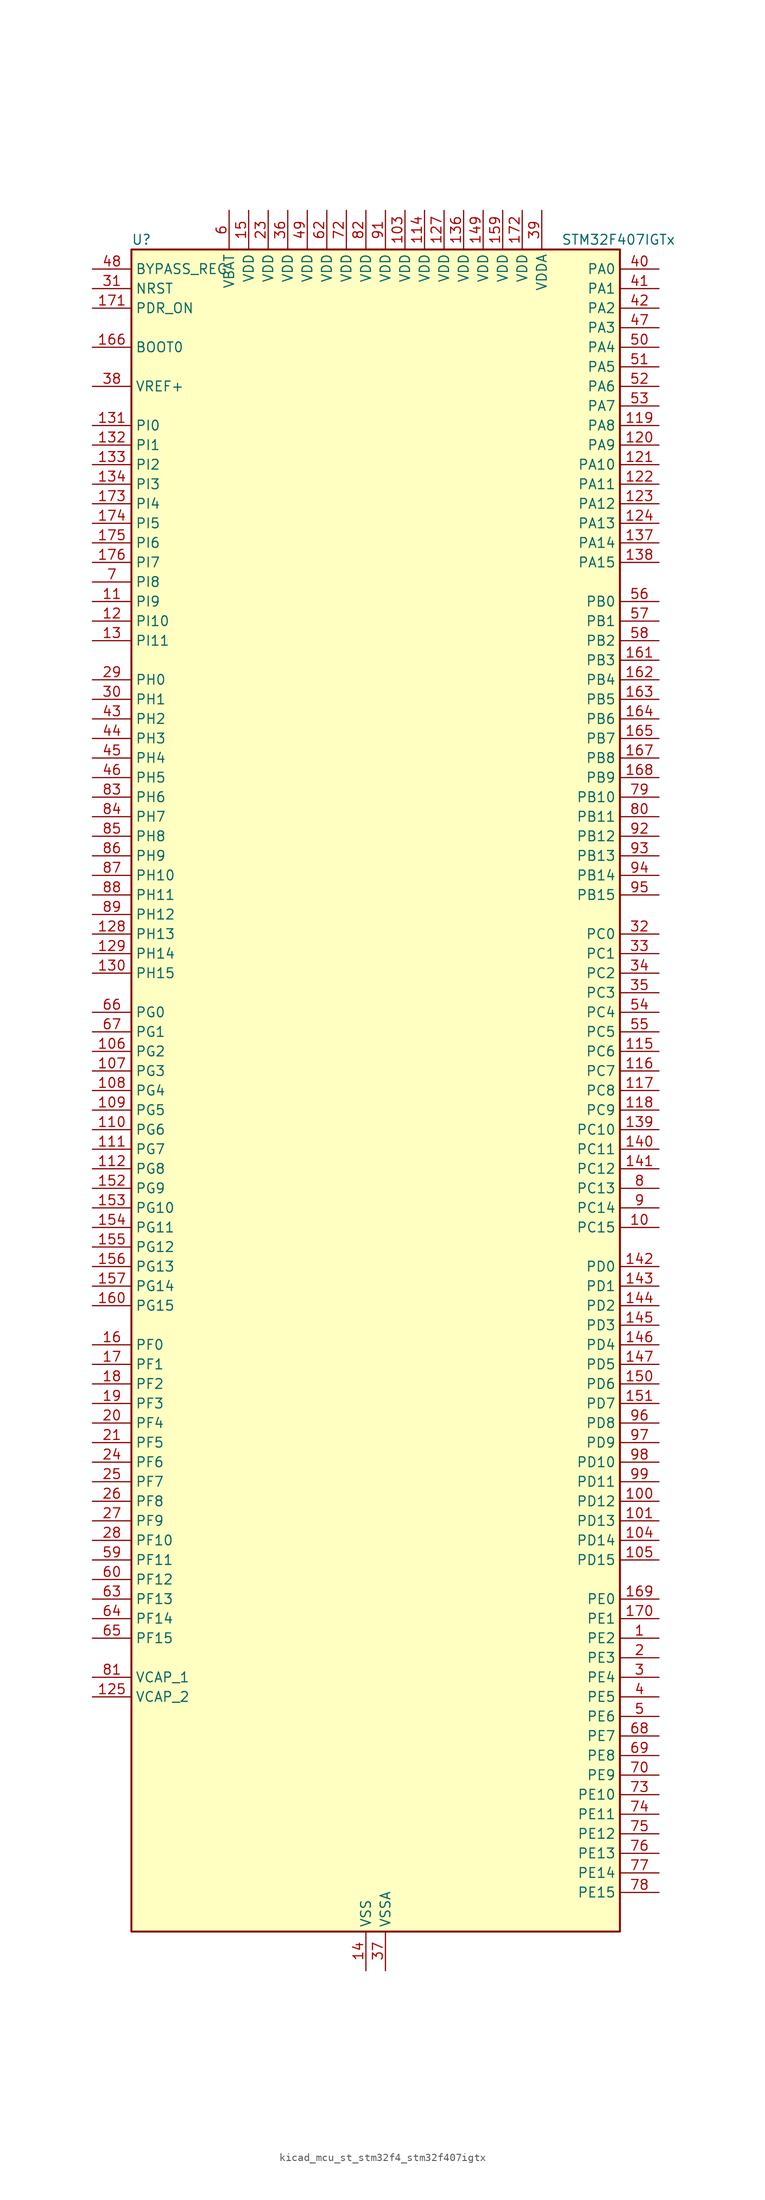
<source format=kicad_sym>
(kicad_symbol_lib
  (version 20220914)
  (generator kicad_symbol_editor)
  (symbol "kicad_mcu_st_stm32f4_stm32f407igtx"
    (property "Reference" "U"
      (at -30.48 110.49 0)
      (effects (font (size 1.27 1.27)) (justify left)))
    (property "Value" "STM32F407IGTx"
      (at 25.4 110.49 0)
      (effects (font (size 1.27 1.27)) (justify left)))
    (property "ki_locked" ""
      (at 0 0 0)
      (effects (font (size 1.27 1.27))))
    (symbol "kicad_mcu_st_stm32f4_stm32f407igtx_0_1"
      (rectangle (start -30.48 -109.22) (end 33.02 109.22) (stroke (width 0.254) (type default)) (fill (type background))))
    (symbol "kicad_mcu_st_stm32f4_stm32f407igtx_1_1"
      (pin bidirectional line (at 38.1 -71.12 180) (length 5.08) (name "PE2" (effects (font (size 1.27 1.27)))) (number "1" (effects (font (size 1.27 1.27)))) (alternate "ETH_TXD3" bidirectional line) (alternate "FSMC_A23" bidirectional line) (alternate "SYS_TRACECLK" bidirectional line))
      (pin bidirectional line (at 38.1 -17.78 180) (length 5.08) (name "PC15" (effects (font (size 1.27 1.27)))) (number "10" (effects (font (size 1.27 1.27)))) (alternate "ADC1_EXTI15" bidirectional line) (alternate "ADC2_EXTI15" bidirectional line) (alternate "ADC3_EXTI15" bidirectional line) (alternate "RCC_OSC32_OUT" bidirectional line))
      (pin bidirectional line (at 38.1 -53.34 180) (length 5.08) (name "PD12" (effects (font (size 1.27 1.27)))) (number "100" (effects (font (size 1.27 1.27)))) (alternate "FSMC_A17" bidirectional line) (alternate "FSMC_ALE" bidirectional line) (alternate "TIM4_CH1" bidirectional line) (alternate "USART3_RTS" bidirectional line))
      (pin bidirectional line (at 38.1 -55.88 180) (length 5.08) (name "PD13" (effects (font (size 1.27 1.27)))) (number "101" (effects (font (size 1.27 1.27)))) (alternate "FSMC_A18" bidirectional line) (alternate "TIM4_CH2" bidirectional line))
      (pin passive line (at 0 -114.3 90) (length 5.08) hide (name "VSS" (effects (font (size 1.27 1.27)))) (number "102" (effects (font (size 1.27 1.27)))))
      (pin power_in line (at 5.08 114.3 270) (length 5.08) (name "VDD" (effects (font (size 1.27 1.27)))) (number "103" (effects (font (size 1.27 1.27)))))
      (pin bidirectional line (at 38.1 -58.42 180) (length 5.08) (name "PD14" (effects (font (size 1.27 1.27)))) (number "104" (effects (font (size 1.27 1.27)))) (alternate "FSMC_D0" bidirectional line) (alternate "FSMC_DA0" bidirectional line) (alternate "TIM4_CH3" bidirectional line))
      (pin bidirectional line (at 38.1 -60.96 180) (length 5.08) (name "PD15" (effects (font (size 1.27 1.27)))) (number "105" (effects (font (size 1.27 1.27)))) (alternate "ADC1_EXTI15" bidirectional line) (alternate "ADC2_EXTI15" bidirectional line) (alternate "ADC3_EXTI15" bidirectional line) (alternate "FSMC_D1" bidirectional line) (alternate "FSMC_DA1" bidirectional line) (alternate "TIM4_CH4" bidirectional line))
      (pin bidirectional line (at -35.56 5.08 0) (length 5.08) (name "PG2" (effects (font (size 1.27 1.27)))) (number "106" (effects (font (size 1.27 1.27)))) (alternate "FSMC_A12" bidirectional line))
      (pin bidirectional line (at -35.56 2.54 0) (length 5.08) (name "PG3" (effects (font (size 1.27 1.27)))) (number "107" (effects (font (size 1.27 1.27)))) (alternate "FSMC_A13" bidirectional line))
      (pin bidirectional line (at -35.56 0 0) (length 5.08) (name "PG4" (effects (font (size 1.27 1.27)))) (number "108" (effects (font (size 1.27 1.27)))) (alternate "FSMC_A14" bidirectional line))
      (pin bidirectional line (at -35.56 -2.54 0) (length 5.08) (name "PG5" (effects (font (size 1.27 1.27)))) (number "109" (effects (font (size 1.27 1.27)))) (alternate "FSMC_A15" bidirectional line))
      (pin bidirectional line (at -35.56 63.5 0) (length 5.08) (name "PI9" (effects (font (size 1.27 1.27)))) (number "11" (effects (font (size 1.27 1.27)))) (alternate "CAN1_RX" bidirectional line) (alternate "DAC_EXTI9" bidirectional line))
      (pin bidirectional line (at -35.56 -5.08 0) (length 5.08) (name "PG6" (effects (font (size 1.27 1.27)))) (number "110" (effects (font (size 1.27 1.27)))) (alternate "FSMC_INT2" bidirectional line))
      (pin bidirectional line (at -35.56 -7.62 0) (length 5.08) (name "PG7" (effects (font (size 1.27 1.27)))) (number "111" (effects (font (size 1.27 1.27)))) (alternate "FSMC_INT3" bidirectional line) (alternate "USART6_CK" bidirectional line))
      (pin bidirectional line (at -35.56 -10.16 0) (length 5.08) (name "PG8" (effects (font (size 1.27 1.27)))) (number "112" (effects (font (size 1.27 1.27)))) (alternate "ETH_PPS_OUT" bidirectional line) (alternate "USART6_RTS" bidirectional line))
      (pin passive line (at 0 -114.3 90) (length 5.08) hide (name "VSS" (effects (font (size 1.27 1.27)))) (number "113" (effects (font (size 1.27 1.27)))))
      (pin power_in line (at 7.62 114.3 270) (length 5.08) (name "VDD" (effects (font (size 1.27 1.27)))) (number "114" (effects (font (size 1.27 1.27)))))
      (pin bidirectional line (at 38.1 5.08 180) (length 5.08) (name "PC6" (effects (font (size 1.27 1.27)))) (number "115" (effects (font (size 1.27 1.27)))) (alternate "DCMI_D0" bidirectional line) (alternate "I2S2_MCK" bidirectional line) (alternate "SDIO_D6" bidirectional line) (alternate "TIM3_CH1" bidirectional line) (alternate "TIM8_CH1" bidirectional line) (alternate "USART6_TX" bidirectional line))
      (pin bidirectional line (at 38.1 2.54 180) (length 5.08) (name "PC7" (effects (font (size 1.27 1.27)))) (number "116" (effects (font (size 1.27 1.27)))) (alternate "DCMI_D1" bidirectional line) (alternate "I2S3_MCK" bidirectional line) (alternate "SDIO_D7" bidirectional line) (alternate "TIM3_CH2" bidirectional line) (alternate "TIM8_CH2" bidirectional line) (alternate "USART6_RX" bidirectional line))
      (pin bidirectional line (at 38.1 0 180) (length 5.08) (name "PC8" (effects (font (size 1.27 1.27)))) (number "117" (effects (font (size 1.27 1.27)))) (alternate "DCMI_D2" bidirectional line) (alternate "SDIO_D0" bidirectional line) (alternate "TIM3_CH3" bidirectional line) (alternate "TIM8_CH3" bidirectional line) (alternate "USART6_CK" bidirectional line))
      (pin bidirectional line (at 38.1 -2.54 180) (length 5.08) (name "PC9" (effects (font (size 1.27 1.27)))) (number "118" (effects (font (size 1.27 1.27)))) (alternate "DAC_EXTI9" bidirectional line) (alternate "DCMI_D3" bidirectional line) (alternate "I2C3_SDA" bidirectional line) (alternate "I2S_CKIN" bidirectional line) (alternate "RCC_MCO_2" bidirectional line) (alternate "SDIO_D1" bidirectional line) (alternate "TIM3_CH4" bidirectional line) (alternate "TIM8_CH4" bidirectional line))
      (pin bidirectional line (at 38.1 86.36 180) (length 5.08) (name "PA8" (effects (font (size 1.27 1.27)))) (number "119" (effects (font (size 1.27 1.27)))) (alternate "I2C3_SCL" bidirectional line) (alternate "RCC_MCO_1" bidirectional line) (alternate "TIM1_CH1" bidirectional line) (alternate "USART1_CK" bidirectional line) (alternate "USB_OTG_FS_SOF" bidirectional line))
      (pin bidirectional line (at -35.56 60.96 0) (length 5.08) (name "PI10" (effects (font (size 1.27 1.27)))) (number "12" (effects (font (size 1.27 1.27)))) (alternate "ETH_RX_ER" bidirectional line))
      (pin bidirectional line (at 38.1 83.82 180) (length 5.08) (name "PA9" (effects (font (size 1.27 1.27)))) (number "120" (effects (font (size 1.27 1.27)))) (alternate "DAC_EXTI9" bidirectional line) (alternate "DCMI_D0" bidirectional line) (alternate "I2C3_SMBA" bidirectional line) (alternate "TIM1_CH2" bidirectional line) (alternate "USART1_TX" bidirectional line) (alternate "USB_OTG_FS_VBUS" bidirectional line))
      (pin bidirectional line (at 38.1 81.28 180) (length 5.08) (name "PA10" (effects (font (size 1.27 1.27)))) (number "121" (effects (font (size 1.27 1.27)))) (alternate "DCMI_D1" bidirectional line) (alternate "TIM1_CH3" bidirectional line) (alternate "USART1_RX" bidirectional line) (alternate "USB_OTG_FS_ID" bidirectional line))
      (pin bidirectional line (at 38.1 78.74 180) (length 5.08) (name "PA11" (effects (font (size 1.27 1.27)))) (number "122" (effects (font (size 1.27 1.27)))) (alternate "ADC1_EXTI11" bidirectional line) (alternate "ADC2_EXTI11" bidirectional line) (alternate "ADC3_EXTI11" bidirectional line) (alternate "CAN1_RX" bidirectional line) (alternate "TIM1_CH4" bidirectional line) (alternate "USART1_CTS" bidirectional line) (alternate "USB_OTG_FS_DM" bidirectional line))
      (pin bidirectional line (at 38.1 76.2 180) (length 5.08) (name "PA12" (effects (font (size 1.27 1.27)))) (number "123" (effects (font (size 1.27 1.27)))) (alternate "CAN1_TX" bidirectional line) (alternate "TIM1_ETR" bidirectional line) (alternate "USART1_RTS" bidirectional line) (alternate "USB_OTG_FS_DP" bidirectional line))
      (pin bidirectional line (at 38.1 73.66 180) (length 5.08) (name "PA13" (effects (font (size 1.27 1.27)))) (number "124" (effects (font (size 1.27 1.27)))) (alternate "SYS_JTMS-SWDIO" bidirectional line))
      (pin power_out line (at -35.56 -78.74 0) (length 5.08) (name "VCAP_2" (effects (font (size 1.27 1.27)))) (number "125" (effects (font (size 1.27 1.27)))))
      (pin passive line (at 0 -114.3 90) (length 5.08) hide (name "VSS" (effects (font (size 1.27 1.27)))) (number "126" (effects (font (size 1.27 1.27)))))
      (pin power_in line (at 10.16 114.3 270) (length 5.08) (name "VDD" (effects (font (size 1.27 1.27)))) (number "127" (effects (font (size 1.27 1.27)))))
      (pin bidirectional line (at -35.56 20.32 0) (length 5.08) (name "PH13" (effects (font (size 1.27 1.27)))) (number "128" (effects (font (size 1.27 1.27)))) (alternate "CAN1_TX" bidirectional line) (alternate "TIM8_CH1N" bidirectional line))
      (pin bidirectional line (at -35.56 17.78 0) (length 5.08) (name "PH14" (effects (font (size 1.27 1.27)))) (number "129" (effects (font (size 1.27 1.27)))) (alternate "DCMI_D4" bidirectional line) (alternate "TIM8_CH2N" bidirectional line))
      (pin bidirectional line (at -35.56 58.42 0) (length 5.08) (name "PI11" (effects (font (size 1.27 1.27)))) (number "13" (effects (font (size 1.27 1.27)))) (alternate "ADC1_EXTI11" bidirectional line) (alternate "ADC2_EXTI11" bidirectional line) (alternate "ADC3_EXTI11" bidirectional line) (alternate "USB_OTG_HS_ULPI_DIR" bidirectional line))
      (pin bidirectional line (at -35.56 15.24 0) (length 5.08) (name "PH15" (effects (font (size 1.27 1.27)))) (number "130" (effects (font (size 1.27 1.27)))) (alternate "ADC1_EXTI15" bidirectional line) (alternate "ADC2_EXTI15" bidirectional line) (alternate "ADC3_EXTI15" bidirectional line) (alternate "DCMI_D11" bidirectional line) (alternate "TIM8_CH3N" bidirectional line))
      (pin bidirectional line (at -35.56 86.36 0) (length 5.08) (name "PI0" (effects (font (size 1.27 1.27)))) (number "131" (effects (font (size 1.27 1.27)))) (alternate "DCMI_D13" bidirectional line) (alternate "I2S2_WS" bidirectional line) (alternate "SPI2_NSS" bidirectional line) (alternate "TIM5_CH4" bidirectional line))
      (pin bidirectional line (at -35.56 83.82 0) (length 5.08) (name "PI1" (effects (font (size 1.27 1.27)))) (number "132" (effects (font (size 1.27 1.27)))) (alternate "DCMI_D8" bidirectional line) (alternate "I2S2_CK" bidirectional line) (alternate "SPI2_SCK" bidirectional line))
      (pin bidirectional line (at -35.56 81.28 0) (length 5.08) (name "PI2" (effects (font (size 1.27 1.27)))) (number "133" (effects (font (size 1.27 1.27)))) (alternate "DCMI_D9" bidirectional line) (alternate "I2S2_ext_SD" bidirectional line) (alternate "SPI2_MISO" bidirectional line) (alternate "TIM8_CH4" bidirectional line))
      (pin bidirectional line (at -35.56 78.74 0) (length 5.08) (name "PI3" (effects (font (size 1.27 1.27)))) (number "134" (effects (font (size 1.27 1.27)))) (alternate "DCMI_D10" bidirectional line) (alternate "I2S2_SD" bidirectional line) (alternate "SPI2_MOSI" bidirectional line) (alternate "TIM8_ETR" bidirectional line))
      (pin passive line (at 0 -114.3 90) (length 5.08) hide (name "VSS" (effects (font (size 1.27 1.27)))) (number "135" (effects (font (size 1.27 1.27)))))
      (pin power_in line (at 12.7 114.3 270) (length 5.08) (name "VDD" (effects (font (size 1.27 1.27)))) (number "136" (effects (font (size 1.27 1.27)))))
      (pin bidirectional line (at 38.1 71.12 180) (length 5.08) (name "PA14" (effects (font (size 1.27 1.27)))) (number "137" (effects (font (size 1.27 1.27)))) (alternate "SYS_JTCK-SWCLK" bidirectional line))
      (pin bidirectional line (at 38.1 68.58 180) (length 5.08) (name "PA15" (effects (font (size 1.27 1.27)))) (number "138" (effects (font (size 1.27 1.27)))) (alternate "ADC1_EXTI15" bidirectional line) (alternate "ADC2_EXTI15" bidirectional line) (alternate "ADC3_EXTI15" bidirectional line) (alternate "I2S3_WS" bidirectional line) (alternate "SPI1_NSS" bidirectional line) (alternate "SPI3_NSS" bidirectional line) (alternate "SYS_JTDI" bidirectional line) (alternate "TIM2_CH1" bidirectional line) (alternate "TIM2_ETR" bidirectional line))
      (pin bidirectional line (at 38.1 -5.08 180) (length 5.08) (name "PC10" (effects (font (size 1.27 1.27)))) (number "139" (effects (font (size 1.27 1.27)))) (alternate "DCMI_D8" bidirectional line) (alternate "I2S3_CK" bidirectional line) (alternate "SDIO_D2" bidirectional line) (alternate "SPI3_SCK" bidirectional line) (alternate "UART4_TX" bidirectional line) (alternate "USART3_TX" bidirectional line))
      (pin power_in line (at 0 -114.3 90) (length 5.08) (name "VSS" (effects (font (size 1.27 1.27)))) (number "14" (effects (font (size 1.27 1.27)))))
      (pin bidirectional line (at 38.1 -7.62 180) (length 5.08) (name "PC11" (effects (font (size 1.27 1.27)))) (number "140" (effects (font (size 1.27 1.27)))) (alternate "ADC1_EXTI11" bidirectional line) (alternate "ADC2_EXTI11" bidirectional line) (alternate "ADC3_EXTI11" bidirectional line) (alternate "DCMI_D4" bidirectional line) (alternate "I2S3_ext_SD" bidirectional line) (alternate "SDIO_D3" bidirectional line) (alternate "SPI3_MISO" bidirectional line) (alternate "UART4_RX" bidirectional line) (alternate "USART3_RX" bidirectional line))
      (pin bidirectional line (at 38.1 -10.16 180) (length 5.08) (name "PC12" (effects (font (size 1.27 1.27)))) (number "141" (effects (font (size 1.27 1.27)))) (alternate "DCMI_D9" bidirectional line) (alternate "I2S3_SD" bidirectional line) (alternate "SDIO_CK" bidirectional line) (alternate "SPI3_MOSI" bidirectional line) (alternate "UART5_TX" bidirectional line) (alternate "USART3_CK" bidirectional line))
      (pin bidirectional line (at 38.1 -22.86 180) (length 5.08) (name "PD0" (effects (font (size 1.27 1.27)))) (number "142" (effects (font (size 1.27 1.27)))) (alternate "CAN1_RX" bidirectional line) (alternate "FSMC_D2" bidirectional line) (alternate "FSMC_DA2" bidirectional line))
      (pin bidirectional line (at 38.1 -25.4 180) (length 5.08) (name "PD1" (effects (font (size 1.27 1.27)))) (number "143" (effects (font (size 1.27 1.27)))) (alternate "CAN1_TX" bidirectional line) (alternate "FSMC_D3" bidirectional line) (alternate "FSMC_DA3" bidirectional line))
      (pin bidirectional line (at 38.1 -27.94 180) (length 5.08) (name "PD2" (effects (font (size 1.27 1.27)))) (number "144" (effects (font (size 1.27 1.27)))) (alternate "DCMI_D11" bidirectional line) (alternate "SDIO_CMD" bidirectional line) (alternate "TIM3_ETR" bidirectional line) (alternate "UART5_RX" bidirectional line))
      (pin bidirectional line (at 38.1 -30.48 180) (length 5.08) (name "PD3" (effects (font (size 1.27 1.27)))) (number "145" (effects (font (size 1.27 1.27)))) (alternate "FSMC_CLK" bidirectional line) (alternate "USART2_CTS" bidirectional line))
      (pin bidirectional line (at 38.1 -33.02 180) (length 5.08) (name "PD4" (effects (font (size 1.27 1.27)))) (number "146" (effects (font (size 1.27 1.27)))) (alternate "FSMC_NOE" bidirectional line) (alternate "USART2_RTS" bidirectional line))
      (pin bidirectional line (at 38.1 -35.56 180) (length 5.08) (name "PD5" (effects (font (size 1.27 1.27)))) (number "147" (effects (font (size 1.27 1.27)))) (alternate "FSMC_NWE" bidirectional line) (alternate "USART2_TX" bidirectional line))
      (pin passive line (at 0 -114.3 90) (length 5.08) hide (name "VSS" (effects (font (size 1.27 1.27)))) (number "148" (effects (font (size 1.27 1.27)))))
      (pin power_in line (at 15.24 114.3 270) (length 5.08) (name "VDD" (effects (font (size 1.27 1.27)))) (number "149" (effects (font (size 1.27 1.27)))))
      (pin power_in line (at -15.24 114.3 270) (length 5.08) (name "VDD" (effects (font (size 1.27 1.27)))) (number "15" (effects (font (size 1.27 1.27)))))
      (pin bidirectional line (at 38.1 -38.1 180) (length 5.08) (name "PD6" (effects (font (size 1.27 1.27)))) (number "150" (effects (font (size 1.27 1.27)))) (alternate "FSMC_NWAIT" bidirectional line) (alternate "USART2_RX" bidirectional line))
      (pin bidirectional line (at 38.1 -40.64 180) (length 5.08) (name "PD7" (effects (font (size 1.27 1.27)))) (number "151" (effects (font (size 1.27 1.27)))) (alternate "FSMC_NCE2" bidirectional line) (alternate "FSMC_NE1" bidirectional line) (alternate "USART2_CK" bidirectional line))
      (pin bidirectional line (at -35.56 -12.7 0) (length 5.08) (name "PG9" (effects (font (size 1.27 1.27)))) (number "152" (effects (font (size 1.27 1.27)))) (alternate "DAC_EXTI9" bidirectional line) (alternate "FSMC_NCE3" bidirectional line) (alternate "FSMC_NE2" bidirectional line) (alternate "USART6_RX" bidirectional line))
      (pin bidirectional line (at -35.56 -15.24 0) (length 5.08) (name "PG10" (effects (font (size 1.27 1.27)))) (number "153" (effects (font (size 1.27 1.27)))) (alternate "FSMC_NCE4_1" bidirectional line) (alternate "FSMC_NE3" bidirectional line))
      (pin bidirectional line (at -35.56 -17.78 0) (length 5.08) (name "PG11" (effects (font (size 1.27 1.27)))) (number "154" (effects (font (size 1.27 1.27)))) (alternate "ADC1_EXTI11" bidirectional line) (alternate "ADC2_EXTI11" bidirectional line) (alternate "ADC3_EXTI11" bidirectional line) (alternate "ETH_TX_EN" bidirectional line) (alternate "FSMC_NCE4_2" bidirectional line))
      (pin bidirectional line (at -35.56 -20.32 0) (length 5.08) (name "PG12" (effects (font (size 1.27 1.27)))) (number "155" (effects (font (size 1.27 1.27)))) (alternate "FSMC_NE4" bidirectional line) (alternate "USART6_RTS" bidirectional line))
      (pin bidirectional line (at -35.56 -22.86 0) (length 5.08) (name "PG13" (effects (font (size 1.27 1.27)))) (number "156" (effects (font (size 1.27 1.27)))) (alternate "ETH_TXD0" bidirectional line) (alternate "FSMC_A24" bidirectional line) (alternate "USART6_CTS" bidirectional line))
      (pin bidirectional line (at -35.56 -25.4 0) (length 5.08) (name "PG14" (effects (font (size 1.27 1.27)))) (number "157" (effects (font (size 1.27 1.27)))) (alternate "ETH_TXD1" bidirectional line) (alternate "FSMC_A25" bidirectional line) (alternate "USART6_TX" bidirectional line))
      (pin passive line (at 0 -114.3 90) (length 5.08) hide (name "VSS" (effects (font (size 1.27 1.27)))) (number "158" (effects (font (size 1.27 1.27)))))
      (pin power_in line (at 17.78 114.3 270) (length 5.08) (name "VDD" (effects (font (size 1.27 1.27)))) (number "159" (effects (font (size 1.27 1.27)))))
      (pin bidirectional line (at -35.56 -33.02 0) (length 5.08) (name "PF0" (effects (font (size 1.27 1.27)))) (number "16" (effects (font (size 1.27 1.27)))) (alternate "FSMC_A0" bidirectional line) (alternate "I2C2_SDA" bidirectional line))
      (pin bidirectional line (at -35.56 -27.94 0) (length 5.08) (name "PG15" (effects (font (size 1.27 1.27)))) (number "160" (effects (font (size 1.27 1.27)))) (alternate "ADC1_EXTI15" bidirectional line) (alternate "ADC2_EXTI15" bidirectional line) (alternate "ADC3_EXTI15" bidirectional line) (alternate "DCMI_D13" bidirectional line) (alternate "USART6_CTS" bidirectional line))
      (pin bidirectional line (at 38.1 55.88 180) (length 5.08) (name "PB3" (effects (font (size 1.27 1.27)))) (number "161" (effects (font (size 1.27 1.27)))) (alternate "I2S3_CK" bidirectional line) (alternate "SPI1_SCK" bidirectional line) (alternate "SPI3_SCK" bidirectional line) (alternate "SYS_JTDO-SWO" bidirectional line) (alternate "TIM2_CH2" bidirectional line))
      (pin bidirectional line (at 38.1 53.34 180) (length 5.08) (name "PB4" (effects (font (size 1.27 1.27)))) (number "162" (effects (font (size 1.27 1.27)))) (alternate "I2S3_ext_SD" bidirectional line) (alternate "SPI1_MISO" bidirectional line) (alternate "SPI3_MISO" bidirectional line) (alternate "SYS_JTRST" bidirectional line) (alternate "TIM3_CH1" bidirectional line))
      (pin bidirectional line (at 38.1 50.8 180) (length 5.08) (name "PB5" (effects (font (size 1.27 1.27)))) (number "163" (effects (font (size 1.27 1.27)))) (alternate "CAN2_RX" bidirectional line) (alternate "DCMI_D10" bidirectional line) (alternate "ETH_PPS_OUT" bidirectional line) (alternate "I2C1_SMBA" bidirectional line) (alternate "I2S3_SD" bidirectional line) (alternate "SPI1_MOSI" bidirectional line) (alternate "SPI3_MOSI" bidirectional line) (alternate "TIM3_CH2" bidirectional line) (alternate "USB_OTG_HS_ULPI_D7" bidirectional line))
      (pin bidirectional line (at 38.1 48.26 180) (length 5.08) (name "PB6" (effects (font (size 1.27 1.27)))) (number "164" (effects (font (size 1.27 1.27)))) (alternate "CAN2_TX" bidirectional line) (alternate "DCMI_D5" bidirectional line) (alternate "I2C1_SCL" bidirectional line) (alternate "TIM4_CH1" bidirectional line) (alternate "USART1_TX" bidirectional line))
      (pin bidirectional line (at 38.1 45.72 180) (length 5.08) (name "PB7" (effects (font (size 1.27 1.27)))) (number "165" (effects (font (size 1.27 1.27)))) (alternate "DCMI_VSYNC" bidirectional line) (alternate "FSMC_NL" bidirectional line) (alternate "I2C1_SDA" bidirectional line) (alternate "TIM4_CH2" bidirectional line) (alternate "USART1_RX" bidirectional line))
      (pin input line (at -35.56 96.52 0) (length 5.08) (name "BOOT0" (effects (font (size 1.27 1.27)))) (number "166" (effects (font (size 1.27 1.27)))))
      (pin bidirectional line (at 38.1 43.18 180) (length 5.08) (name "PB8" (effects (font (size 1.27 1.27)))) (number "167" (effects (font (size 1.27 1.27)))) (alternate "CAN1_RX" bidirectional line) (alternate "DCMI_D6" bidirectional line) (alternate "ETH_TXD3" bidirectional line) (alternate "I2C1_SCL" bidirectional line) (alternate "SDIO_D4" bidirectional line) (alternate "TIM10_CH1" bidirectional line) (alternate "TIM4_CH3" bidirectional line))
      (pin bidirectional line (at 38.1 40.64 180) (length 5.08) (name "PB9" (effects (font (size 1.27 1.27)))) (number "168" (effects (font (size 1.27 1.27)))) (alternate "CAN1_TX" bidirectional line) (alternate "DAC_EXTI9" bidirectional line) (alternate "DCMI_D7" bidirectional line) (alternate "I2C1_SDA" bidirectional line) (alternate "I2S2_WS" bidirectional line) (alternate "SDIO_D5" bidirectional line) (alternate "SPI2_NSS" bidirectional line) (alternate "TIM11_CH1" bidirectional line) (alternate "TIM4_CH4" bidirectional line))
      (pin bidirectional line (at 38.1 -66.04 180) (length 5.08) (name "PE0" (effects (font (size 1.27 1.27)))) (number "169" (effects (font (size 1.27 1.27)))) (alternate "DCMI_D2" bidirectional line) (alternate "FSMC_NBL0" bidirectional line) (alternate "TIM4_ETR" bidirectional line))
      (pin bidirectional line (at -35.56 -35.56 0) (length 5.08) (name "PF1" (effects (font (size 1.27 1.27)))) (number "17" (effects (font (size 1.27 1.27)))) (alternate "FSMC_A1" bidirectional line) (alternate "I2C2_SCL" bidirectional line))
      (pin bidirectional line (at 38.1 -68.58 180) (length 5.08) (name "PE1" (effects (font (size 1.27 1.27)))) (number "170" (effects (font (size 1.27 1.27)))) (alternate "DCMI_D3" bidirectional line) (alternate "FSMC_NBL1" bidirectional line))
      (pin input line (at -35.56 101.6 0) (length 5.08) (name "PDR_ON" (effects (font (size 1.27 1.27)))) (number "171" (effects (font (size 1.27 1.27)))))
      (pin power_in line (at 20.32 114.3 270) (length 5.08) (name "VDD" (effects (font (size 1.27 1.27)))) (number "172" (effects (font (size 1.27 1.27)))))
      (pin bidirectional line (at -35.56 76.2 0) (length 5.08) (name "PI4" (effects (font (size 1.27 1.27)))) (number "173" (effects (font (size 1.27 1.27)))) (alternate "DCMI_D5" bidirectional line) (alternate "TIM8_BKIN" bidirectional line))
      (pin bidirectional line (at -35.56 73.66 0) (length 5.08) (name "PI5" (effects (font (size 1.27 1.27)))) (number "174" (effects (font (size 1.27 1.27)))) (alternate "DCMI_VSYNC" bidirectional line) (alternate "TIM8_CH1" bidirectional line))
      (pin bidirectional line (at -35.56 71.12 0) (length 5.08) (name "PI6" (effects (font (size 1.27 1.27)))) (number "175" (effects (font (size 1.27 1.27)))) (alternate "DCMI_D6" bidirectional line) (alternate "TIM8_CH2" bidirectional line))
      (pin bidirectional line (at -35.56 68.58 0) (length 5.08) (name "PI7" (effects (font (size 1.27 1.27)))) (number "176" (effects (font (size 1.27 1.27)))) (alternate "DCMI_D7" bidirectional line) (alternate "TIM8_CH3" bidirectional line))
      (pin bidirectional line (at -35.56 -38.1 0) (length 5.08) (name "PF2" (effects (font (size 1.27 1.27)))) (number "18" (effects (font (size 1.27 1.27)))) (alternate "FSMC_A2" bidirectional line) (alternate "I2C2_SMBA" bidirectional line))
      (pin bidirectional line (at -35.56 -40.64 0) (length 5.08) (name "PF3" (effects (font (size 1.27 1.27)))) (number "19" (effects (font (size 1.27 1.27)))) (alternate "ADC3_IN9" bidirectional line) (alternate "FSMC_A3" bidirectional line))
      (pin bidirectional line (at 38.1 -73.66 180) (length 5.08) (name "PE3" (effects (font (size 1.27 1.27)))) (number "2" (effects (font (size 1.27 1.27)))) (alternate "FSMC_A19" bidirectional line) (alternate "SYS_TRACED0" bidirectional line))
      (pin bidirectional line (at -35.56 -43.18 0) (length 5.08) (name "PF4" (effects (font (size 1.27 1.27)))) (number "20" (effects (font (size 1.27 1.27)))) (alternate "ADC3_IN14" bidirectional line) (alternate "FSMC_A4" bidirectional line))
      (pin bidirectional line (at -35.56 -45.72 0) (length 5.08) (name "PF5" (effects (font (size 1.27 1.27)))) (number "21" (effects (font (size 1.27 1.27)))) (alternate "ADC3_IN15" bidirectional line) (alternate "FSMC_A5" bidirectional line))
      (pin passive line (at 0 -114.3 90) (length 5.08) hide (name "VSS" (effects (font (size 1.27 1.27)))) (number "22" (effects (font (size 1.27 1.27)))))
      (pin power_in line (at -12.7 114.3 270) (length 5.08) (name "VDD" (effects (font (size 1.27 1.27)))) (number "23" (effects (font (size 1.27 1.27)))))
      (pin bidirectional line (at -35.56 -48.26 0) (length 5.08) (name "PF6" (effects (font (size 1.27 1.27)))) (number "24" (effects (font (size 1.27 1.27)))) (alternate "ADC3_IN4" bidirectional line) (alternate "FSMC_NIORD" bidirectional line) (alternate "TIM10_CH1" bidirectional line))
      (pin bidirectional line (at -35.56 -50.8 0) (length 5.08) (name "PF7" (effects (font (size 1.27 1.27)))) (number "25" (effects (font (size 1.27 1.27)))) (alternate "ADC3_IN5" bidirectional line) (alternate "FSMC_NREG" bidirectional line) (alternate "TIM11_CH1" bidirectional line))
      (pin bidirectional line (at -35.56 -53.34 0) (length 5.08) (name "PF8" (effects (font (size 1.27 1.27)))) (number "26" (effects (font (size 1.27 1.27)))) (alternate "ADC3_IN6" bidirectional line) (alternate "FSMC_NIOWR" bidirectional line) (alternate "TIM13_CH1" bidirectional line))
      (pin bidirectional line (at -35.56 -55.88 0) (length 5.08) (name "PF9" (effects (font (size 1.27 1.27)))) (number "27" (effects (font (size 1.27 1.27)))) (alternate "ADC3_IN7" bidirectional line) (alternate "DAC_EXTI9" bidirectional line) (alternate "FSMC_CD" bidirectional line) (alternate "TIM14_CH1" bidirectional line))
      (pin bidirectional line (at -35.56 -58.42 0) (length 5.08) (name "PF10" (effects (font (size 1.27 1.27)))) (number "28" (effects (font (size 1.27 1.27)))) (alternate "ADC3_IN8" bidirectional line) (alternate "FSMC_INTR" bidirectional line))
      (pin bidirectional line (at -35.56 53.34 0) (length 5.08) (name "PH0" (effects (font (size 1.27 1.27)))) (number "29" (effects (font (size 1.27 1.27)))) (alternate "RCC_OSC_IN" bidirectional line))
      (pin bidirectional line (at 38.1 -76.2 180) (length 5.08) (name "PE4" (effects (font (size 1.27 1.27)))) (number "3" (effects (font (size 1.27 1.27)))) (alternate "DCMI_D4" bidirectional line) (alternate "FSMC_A20" bidirectional line) (alternate "SYS_TRACED1" bidirectional line))
      (pin bidirectional line (at -35.56 50.8 0) (length 5.08) (name "PH1" (effects (font (size 1.27 1.27)))) (number "30" (effects (font (size 1.27 1.27)))) (alternate "RCC_OSC_OUT" bidirectional line))
      (pin input line (at -35.56 104.14 0) (length 5.08) (name "NRST" (effects (font (size 1.27 1.27)))) (number "31" (effects (font (size 1.27 1.27)))))
      (pin bidirectional line (at 38.1 20.32 180) (length 5.08) (name "PC0" (effects (font (size 1.27 1.27)))) (number "32" (effects (font (size 1.27 1.27)))) (alternate "ADC1_IN10" bidirectional line) (alternate "ADC2_IN10" bidirectional line) (alternate "ADC3_IN10" bidirectional line) (alternate "USB_OTG_HS_ULPI_STP" bidirectional line))
      (pin bidirectional line (at 38.1 17.78 180) (length 5.08) (name "PC1" (effects (font (size 1.27 1.27)))) (number "33" (effects (font (size 1.27 1.27)))) (alternate "ADC1_IN11" bidirectional line) (alternate "ADC2_IN11" bidirectional line) (alternate "ADC3_IN11" bidirectional line) (alternate "ETH_MDC" bidirectional line))
      (pin bidirectional line (at 38.1 15.24 180) (length 5.08) (name "PC2" (effects (font (size 1.27 1.27)))) (number "34" (effects (font (size 1.27 1.27)))) (alternate "ADC1_IN12" bidirectional line) (alternate "ADC2_IN12" bidirectional line) (alternate "ADC3_IN12" bidirectional line) (alternate "ETH_TXD2" bidirectional line) (alternate "I2S2_ext_SD" bidirectional line) (alternate "SPI2_MISO" bidirectional line) (alternate "USB_OTG_HS_ULPI_DIR" bidirectional line))
      (pin bidirectional line (at 38.1 12.7 180) (length 5.08) (name "PC3" (effects (font (size 1.27 1.27)))) (number "35" (effects (font (size 1.27 1.27)))) (alternate "ADC1_IN13" bidirectional line) (alternate "ADC2_IN13" bidirectional line) (alternate "ADC3_IN13" bidirectional line) (alternate "ETH_TX_CLK" bidirectional line) (alternate "I2S2_SD" bidirectional line) (alternate "SPI2_MOSI" bidirectional line) (alternate "USB_OTG_HS_ULPI_NXT" bidirectional line))
      (pin power_in line (at -10.16 114.3 270) (length 5.08) (name "VDD" (effects (font (size 1.27 1.27)))) (number "36" (effects (font (size 1.27 1.27)))))
      (pin power_in line (at 2.54 -114.3 90) (length 5.08) (name "VSSA" (effects (font (size 1.27 1.27)))) (number "37" (effects (font (size 1.27 1.27)))))
      (pin input line (at -35.56 91.44 0) (length 5.08) (name "VREF+" (effects (font (size 1.27 1.27)))) (number "38" (effects (font (size 1.27 1.27)))))
      (pin power_in line (at 22.86 114.3 270) (length 5.08) (name "VDDA" (effects (font (size 1.27 1.27)))) (number "39" (effects (font (size 1.27 1.27)))))
      (pin bidirectional line (at 38.1 -78.74 180) (length 5.08) (name "PE5" (effects (font (size 1.27 1.27)))) (number "4" (effects (font (size 1.27 1.27)))) (alternate "DCMI_D6" bidirectional line) (alternate "FSMC_A21" bidirectional line) (alternate "SYS_TRACED2" bidirectional line) (alternate "TIM9_CH1" bidirectional line))
      (pin bidirectional line (at 38.1 106.68 180) (length 5.08) (name "PA0" (effects (font (size 1.27 1.27)))) (number "40" (effects (font (size 1.27 1.27)))) (alternate "ADC1_IN0" bidirectional line) (alternate "ADC2_IN0" bidirectional line) (alternate "ADC3_IN0" bidirectional line) (alternate "ETH_CRS" bidirectional line) (alternate "SYS_WKUP" bidirectional line) (alternate "TIM2_CH1" bidirectional line) (alternate "TIM2_ETR" bidirectional line) (alternate "TIM5_CH1" bidirectional line) (alternate "TIM8_ETR" bidirectional line) (alternate "UART4_TX" bidirectional line) (alternate "USART2_CTS" bidirectional line))
      (pin bidirectional line (at 38.1 104.14 180) (length 5.08) (name "PA1" (effects (font (size 1.27 1.27)))) (number "41" (effects (font (size 1.27 1.27)))) (alternate "ADC1_IN1" bidirectional line) (alternate "ADC2_IN1" bidirectional line) (alternate "ADC3_IN1" bidirectional line) (alternate "ETH_REF_CLK" bidirectional line) (alternate "ETH_RX_CLK" bidirectional line) (alternate "TIM2_CH2" bidirectional line) (alternate "TIM5_CH2" bidirectional line) (alternate "UART4_RX" bidirectional line) (alternate "USART2_RTS" bidirectional line))
      (pin bidirectional line (at 38.1 101.6 180) (length 5.08) (name "PA2" (effects (font (size 1.27 1.27)))) (number "42" (effects (font (size 1.27 1.27)))) (alternate "ADC1_IN2" bidirectional line) (alternate "ADC2_IN2" bidirectional line) (alternate "ADC3_IN2" bidirectional line) (alternate "ETH_MDIO" bidirectional line) (alternate "TIM2_CH3" bidirectional line) (alternate "TIM5_CH3" bidirectional line) (alternate "TIM9_CH1" bidirectional line) (alternate "USART2_TX" bidirectional line))
      (pin bidirectional line (at -35.56 48.26 0) (length 5.08) (name "PH2" (effects (font (size 1.27 1.27)))) (number "43" (effects (font (size 1.27 1.27)))) (alternate "ETH_CRS" bidirectional line))
      (pin bidirectional line (at -35.56 45.72 0) (length 5.08) (name "PH3" (effects (font (size 1.27 1.27)))) (number "44" (effects (font (size 1.27 1.27)))) (alternate "ETH_COL" bidirectional line))
      (pin bidirectional line (at -35.56 43.18 0) (length 5.08) (name "PH4" (effects (font (size 1.27 1.27)))) (number "45" (effects (font (size 1.27 1.27)))) (alternate "I2C2_SCL" bidirectional line) (alternate "USB_OTG_HS_ULPI_NXT" bidirectional line))
      (pin bidirectional line (at -35.56 40.64 0) (length 5.08) (name "PH5" (effects (font (size 1.27 1.27)))) (number "46" (effects (font (size 1.27 1.27)))) (alternate "I2C2_SDA" bidirectional line))
      (pin bidirectional line (at 38.1 99.06 180) (length 5.08) (name "PA3" (effects (font (size 1.27 1.27)))) (number "47" (effects (font (size 1.27 1.27)))) (alternate "ADC1_IN3" bidirectional line) (alternate "ADC2_IN3" bidirectional line) (alternate "ADC3_IN3" bidirectional line) (alternate "ETH_COL" bidirectional line) (alternate "TIM2_CH4" bidirectional line) (alternate "TIM5_CH4" bidirectional line) (alternate "TIM9_CH2" bidirectional line) (alternate "USART2_RX" bidirectional line) (alternate "USB_OTG_HS_ULPI_D0" bidirectional line))
      (pin input line (at -35.56 106.68 0) (length 5.08) (name "BYPASS_REG" (effects (font (size 1.27 1.27)))) (number "48" (effects (font (size 1.27 1.27)))))
      (pin power_in line (at -7.62 114.3 270) (length 5.08) (name "VDD" (effects (font (size 1.27 1.27)))) (number "49" (effects (font (size 1.27 1.27)))))
      (pin bidirectional line (at 38.1 -81.28 180) (length 5.08) (name "PE6" (effects (font (size 1.27 1.27)))) (number "5" (effects (font (size 1.27 1.27)))) (alternate "DCMI_D7" bidirectional line) (alternate "FSMC_A22" bidirectional line) (alternate "SYS_TRACED3" bidirectional line) (alternate "TIM9_CH2" bidirectional line))
      (pin bidirectional line (at 38.1 96.52 180) (length 5.08) (name "PA4" (effects (font (size 1.27 1.27)))) (number "50" (effects (font (size 1.27 1.27)))) (alternate "ADC1_IN4" bidirectional line) (alternate "ADC2_IN4" bidirectional line) (alternate "DAC_OUT1" bidirectional line) (alternate "DCMI_HSYNC" bidirectional line) (alternate "I2S3_WS" bidirectional line) (alternate "SPI1_NSS" bidirectional line) (alternate "SPI3_NSS" bidirectional line) (alternate "USART2_CK" bidirectional line) (alternate "USB_OTG_HS_SOF" bidirectional line))
      (pin bidirectional line (at 38.1 93.98 180) (length 5.08) (name "PA5" (effects (font (size 1.27 1.27)))) (number "51" (effects (font (size 1.27 1.27)))) (alternate "ADC1_IN5" bidirectional line) (alternate "ADC2_IN5" bidirectional line) (alternate "DAC_OUT2" bidirectional line) (alternate "SPI1_SCK" bidirectional line) (alternate "TIM2_CH1" bidirectional line) (alternate "TIM2_ETR" bidirectional line) (alternate "TIM8_CH1N" bidirectional line) (alternate "USB_OTG_HS_ULPI_CK" bidirectional line))
      (pin bidirectional line (at 38.1 91.44 180) (length 5.08) (name "PA6" (effects (font (size 1.27 1.27)))) (number "52" (effects (font (size 1.27 1.27)))) (alternate "ADC1_IN6" bidirectional line) (alternate "ADC2_IN6" bidirectional line) (alternate "DCMI_PIXCLK" bidirectional line) (alternate "SPI1_MISO" bidirectional line) (alternate "TIM13_CH1" bidirectional line) (alternate "TIM1_BKIN" bidirectional line) (alternate "TIM3_CH1" bidirectional line) (alternate "TIM8_BKIN" bidirectional line))
      (pin bidirectional line (at 38.1 88.9 180) (length 5.08) (name "PA7" (effects (font (size 1.27 1.27)))) (number "53" (effects (font (size 1.27 1.27)))) (alternate "ADC1_IN7" bidirectional line) (alternate "ADC2_IN7" bidirectional line) (alternate "ETH_CRS_DV" bidirectional line) (alternate "ETH_RX_DV" bidirectional line) (alternate "SPI1_MOSI" bidirectional line) (alternate "TIM14_CH1" bidirectional line) (alternate "TIM1_CH1N" bidirectional line) (alternate "TIM3_CH2" bidirectional line) (alternate "TIM8_CH1N" bidirectional line))
      (pin bidirectional line (at 38.1 10.16 180) (length 5.08) (name "PC4" (effects (font (size 1.27 1.27)))) (number "54" (effects (font (size 1.27 1.27)))) (alternate "ADC1_IN14" bidirectional line) (alternate "ADC2_IN14" bidirectional line) (alternate "ETH_RXD0" bidirectional line))
      (pin bidirectional line (at 38.1 7.62 180) (length 5.08) (name "PC5" (effects (font (size 1.27 1.27)))) (number "55" (effects (font (size 1.27 1.27)))) (alternate "ADC1_IN15" bidirectional line) (alternate "ADC2_IN15" bidirectional line) (alternate "ETH_RXD1" bidirectional line))
      (pin bidirectional line (at 38.1 63.5 180) (length 5.08) (name "PB0" (effects (font (size 1.27 1.27)))) (number "56" (effects (font (size 1.27 1.27)))) (alternate "ADC1_IN8" bidirectional line) (alternate "ADC2_IN8" bidirectional line) (alternate "ETH_RXD2" bidirectional line) (alternate "TIM1_CH2N" bidirectional line) (alternate "TIM3_CH3" bidirectional line) (alternate "TIM8_CH2N" bidirectional line) (alternate "USB_OTG_HS_ULPI_D1" bidirectional line))
      (pin bidirectional line (at 38.1 60.96 180) (length 5.08) (name "PB1" (effects (font (size 1.27 1.27)))) (number "57" (effects (font (size 1.27 1.27)))) (alternate "ADC1_IN9" bidirectional line) (alternate "ADC2_IN9" bidirectional line) (alternate "ETH_RXD3" bidirectional line) (alternate "TIM1_CH3N" bidirectional line) (alternate "TIM3_CH4" bidirectional line) (alternate "TIM8_CH3N" bidirectional line) (alternate "USB_OTG_HS_ULPI_D2" bidirectional line))
      (pin bidirectional line (at 38.1 58.42 180) (length 5.08) (name "PB2" (effects (font (size 1.27 1.27)))) (number "58" (effects (font (size 1.27 1.27)))))
      (pin bidirectional line (at -35.56 -60.96 0) (length 5.08) (name "PF11" (effects (font (size 1.27 1.27)))) (number "59" (effects (font (size 1.27 1.27)))) (alternate "ADC1_EXTI11" bidirectional line) (alternate "ADC2_EXTI11" bidirectional line) (alternate "ADC3_EXTI11" bidirectional line) (alternate "DCMI_D12" bidirectional line))
      (pin power_in line (at -17.78 114.3 270) (length 5.08) (name "VBAT" (effects (font (size 1.27 1.27)))) (number "6" (effects (font (size 1.27 1.27)))))
      (pin bidirectional line (at -35.56 -63.5 0) (length 5.08) (name "PF12" (effects (font (size 1.27 1.27)))) (number "60" (effects (font (size 1.27 1.27)))) (alternate "FSMC_A6" bidirectional line))
      (pin passive line (at 0 -114.3 90) (length 5.08) hide (name "VSS" (effects (font (size 1.27 1.27)))) (number "61" (effects (font (size 1.27 1.27)))))
      (pin power_in line (at -5.08 114.3 270) (length 5.08) (name "VDD" (effects (font (size 1.27 1.27)))) (number "62" (effects (font (size 1.27 1.27)))))
      (pin bidirectional line (at -35.56 -66.04 0) (length 5.08) (name "PF13" (effects (font (size 1.27 1.27)))) (number "63" (effects (font (size 1.27 1.27)))) (alternate "FSMC_A7" bidirectional line))
      (pin bidirectional line (at -35.56 -68.58 0) (length 5.08) (name "PF14" (effects (font (size 1.27 1.27)))) (number "64" (effects (font (size 1.27 1.27)))) (alternate "FSMC_A8" bidirectional line))
      (pin bidirectional line (at -35.56 -71.12 0) (length 5.08) (name "PF15" (effects (font (size 1.27 1.27)))) (number "65" (effects (font (size 1.27 1.27)))) (alternate "ADC1_EXTI15" bidirectional line) (alternate "ADC2_EXTI15" bidirectional line) (alternate "ADC3_EXTI15" bidirectional line) (alternate "FSMC_A9" bidirectional line))
      (pin bidirectional line (at -35.56 10.16 0) (length 5.08) (name "PG0" (effects (font (size 1.27 1.27)))) (number "66" (effects (font (size 1.27 1.27)))) (alternate "FSMC_A10" bidirectional line))
      (pin bidirectional line (at -35.56 7.62 0) (length 5.08) (name "PG1" (effects (font (size 1.27 1.27)))) (number "67" (effects (font (size 1.27 1.27)))) (alternate "FSMC_A11" bidirectional line))
      (pin bidirectional line (at 38.1 -83.82 180) (length 5.08) (name "PE7" (effects (font (size 1.27 1.27)))) (number "68" (effects (font (size 1.27 1.27)))) (alternate "FSMC_D4" bidirectional line) (alternate "FSMC_DA4" bidirectional line) (alternate "TIM1_ETR" bidirectional line))
      (pin bidirectional line (at 38.1 -86.36 180) (length 5.08) (name "PE8" (effects (font (size 1.27 1.27)))) (number "69" (effects (font (size 1.27 1.27)))) (alternate "FSMC_D5" bidirectional line) (alternate "FSMC_DA5" bidirectional line) (alternate "TIM1_CH1N" bidirectional line))
      (pin bidirectional line (at -35.56 66.04 0) (length 5.08) (name "PI8" (effects (font (size 1.27 1.27)))) (number "7" (effects (font (size 1.27 1.27)))) (alternate "RTC_AF2" bidirectional line))
      (pin bidirectional line (at 38.1 -88.9 180) (length 5.08) (name "PE9" (effects (font (size 1.27 1.27)))) (number "70" (effects (font (size 1.27 1.27)))) (alternate "DAC_EXTI9" bidirectional line) (alternate "FSMC_D6" bidirectional line) (alternate "FSMC_DA6" bidirectional line) (alternate "TIM1_CH1" bidirectional line))
      (pin passive line (at 0 -114.3 90) (length 5.08) hide (name "VSS" (effects (font (size 1.27 1.27)))) (number "71" (effects (font (size 1.27 1.27)))))
      (pin power_in line (at -2.54 114.3 270) (length 5.08) (name "VDD" (effects (font (size 1.27 1.27)))) (number "72" (effects (font (size 1.27 1.27)))))
      (pin bidirectional line (at 38.1 -91.44 180) (length 5.08) (name "PE10" (effects (font (size 1.27 1.27)))) (number "73" (effects (font (size 1.27 1.27)))) (alternate "FSMC_D7" bidirectional line) (alternate "FSMC_DA7" bidirectional line) (alternate "TIM1_CH2N" bidirectional line))
      (pin bidirectional line (at 38.1 -93.98 180) (length 5.08) (name "PE11" (effects (font (size 1.27 1.27)))) (number "74" (effects (font (size 1.27 1.27)))) (alternate "ADC1_EXTI11" bidirectional line) (alternate "ADC2_EXTI11" bidirectional line) (alternate "ADC3_EXTI11" bidirectional line) (alternate "FSMC_D8" bidirectional line) (alternate "FSMC_DA8" bidirectional line) (alternate "TIM1_CH2" bidirectional line))
      (pin bidirectional line (at 38.1 -96.52 180) (length 5.08) (name "PE12" (effects (font (size 1.27 1.27)))) (number "75" (effects (font (size 1.27 1.27)))) (alternate "FSMC_D9" bidirectional line) (alternate "FSMC_DA9" bidirectional line) (alternate "TIM1_CH3N" bidirectional line))
      (pin bidirectional line (at 38.1 -99.06 180) (length 5.08) (name "PE13" (effects (font (size 1.27 1.27)))) (number "76" (effects (font (size 1.27 1.27)))) (alternate "FSMC_D10" bidirectional line) (alternate "FSMC_DA10" bidirectional line) (alternate "TIM1_CH3" bidirectional line))
      (pin bidirectional line (at 38.1 -101.6 180) (length 5.08) (name "PE14" (effects (font (size 1.27 1.27)))) (number "77" (effects (font (size 1.27 1.27)))) (alternate "FSMC_D11" bidirectional line) (alternate "FSMC_DA11" bidirectional line) (alternate "TIM1_CH4" bidirectional line))
      (pin bidirectional line (at 38.1 -104.14 180) (length 5.08) (name "PE15" (effects (font (size 1.27 1.27)))) (number "78" (effects (font (size 1.27 1.27)))) (alternate "ADC1_EXTI15" bidirectional line) (alternate "ADC2_EXTI15" bidirectional line) (alternate "ADC3_EXTI15" bidirectional line) (alternate "FSMC_D12" bidirectional line) (alternate "FSMC_DA12" bidirectional line) (alternate "TIM1_BKIN" bidirectional line))
      (pin bidirectional line (at 38.1 38.1 180) (length 5.08) (name "PB10" (effects (font (size 1.27 1.27)))) (number "79" (effects (font (size 1.27 1.27)))) (alternate "ETH_RX_ER" bidirectional line) (alternate "I2C2_SCL" bidirectional line) (alternate "I2S2_CK" bidirectional line) (alternate "SPI2_SCK" bidirectional line) (alternate "TIM2_CH3" bidirectional line) (alternate "USART3_TX" bidirectional line) (alternate "USB_OTG_HS_ULPI_D3" bidirectional line))
      (pin bidirectional line (at 38.1 -12.7 180) (length 5.08) (name "PC13" (effects (font (size 1.27 1.27)))) (number "8" (effects (font (size 1.27 1.27)))) (alternate "RTC_AF1" bidirectional line))
      (pin bidirectional line (at 38.1 35.56 180) (length 5.08) (name "PB11" (effects (font (size 1.27 1.27)))) (number "80" (effects (font (size 1.27 1.27)))) (alternate "ADC1_EXTI11" bidirectional line) (alternate "ADC2_EXTI11" bidirectional line) (alternate "ADC3_EXTI11" bidirectional line) (alternate "ETH_TX_EN" bidirectional line) (alternate "I2C2_SDA" bidirectional line) (alternate "TIM2_CH4" bidirectional line) (alternate "USART3_RX" bidirectional line) (alternate "USB_OTG_HS_ULPI_D4" bidirectional line))
      (pin power_out line (at -35.56 -76.2 0) (length 5.08) (name "VCAP_1" (effects (font (size 1.27 1.27)))) (number "81" (effects (font (size 1.27 1.27)))))
      (pin power_in line (at 0 114.3 270) (length 5.08) (name "VDD" (effects (font (size 1.27 1.27)))) (number "82" (effects (font (size 1.27 1.27)))))
      (pin bidirectional line (at -35.56 38.1 0) (length 5.08) (name "PH6" (effects (font (size 1.27 1.27)))) (number "83" (effects (font (size 1.27 1.27)))) (alternate "ETH_RXD2" bidirectional line) (alternate "I2C2_SMBA" bidirectional line) (alternate "TIM12_CH1" bidirectional line))
      (pin bidirectional line (at -35.56 35.56 0) (length 5.08) (name "PH7" (effects (font (size 1.27 1.27)))) (number "84" (effects (font (size 1.27 1.27)))) (alternate "ETH_RXD3" bidirectional line) (alternate "I2C3_SCL" bidirectional line))
      (pin bidirectional line (at -35.56 33.02 0) (length 5.08) (name "PH8" (effects (font (size 1.27 1.27)))) (number "85" (effects (font (size 1.27 1.27)))) (alternate "DCMI_HSYNC" bidirectional line) (alternate "I2C3_SDA" bidirectional line))
      (pin bidirectional line (at -35.56 30.48 0) (length 5.08) (name "PH9" (effects (font (size 1.27 1.27)))) (number "86" (effects (font (size 1.27 1.27)))) (alternate "DAC_EXTI9" bidirectional line) (alternate "DCMI_D0" bidirectional line) (alternate "I2C3_SMBA" bidirectional line) (alternate "TIM12_CH2" bidirectional line))
      (pin bidirectional line (at -35.56 27.94 0) (length 5.08) (name "PH10" (effects (font (size 1.27 1.27)))) (number "87" (effects (font (size 1.27 1.27)))) (alternate "DCMI_D1" bidirectional line) (alternate "TIM5_CH1" bidirectional line))
      (pin bidirectional line (at -35.56 25.4 0) (length 5.08) (name "PH11" (effects (font (size 1.27 1.27)))) (number "88" (effects (font (size 1.27 1.27)))) (alternate "ADC1_EXTI11" bidirectional line) (alternate "ADC2_EXTI11" bidirectional line) (alternate "ADC3_EXTI11" bidirectional line) (alternate "DCMI_D2" bidirectional line) (alternate "TIM5_CH2" bidirectional line))
      (pin bidirectional line (at -35.56 22.86 0) (length 5.08) (name "PH12" (effects (font (size 1.27 1.27)))) (number "89" (effects (font (size 1.27 1.27)))) (alternate "DCMI_D3" bidirectional line) (alternate "TIM5_CH3" bidirectional line))
      (pin bidirectional line (at 38.1 -15.24 180) (length 5.08) (name "PC14" (effects (font (size 1.27 1.27)))) (number "9" (effects (font (size 1.27 1.27)))) (alternate "RCC_OSC32_IN" bidirectional line))
      (pin passive line (at 0 -114.3 90) (length 5.08) hide (name "VSS" (effects (font (size 1.27 1.27)))) (number "90" (effects (font (size 1.27 1.27)))))
      (pin power_in line (at 2.54 114.3 270) (length 5.08) (name "VDD" (effects (font (size 1.27 1.27)))) (number "91" (effects (font (size 1.27 1.27)))))
      (pin bidirectional line (at 38.1 33.02 180) (length 5.08) (name "PB12" (effects (font (size 1.27 1.27)))) (number "92" (effects (font (size 1.27 1.27)))) (alternate "CAN2_RX" bidirectional line) (alternate "ETH_TXD0" bidirectional line) (alternate "I2C2_SMBA" bidirectional line) (alternate "I2S2_WS" bidirectional line) (alternate "SPI2_NSS" bidirectional line) (alternate "TIM1_BKIN" bidirectional line) (alternate "USART3_CK" bidirectional line) (alternate "USB_OTG_HS_ID" bidirectional line) (alternate "USB_OTG_HS_ULPI_D5" bidirectional line))
      (pin bidirectional line (at 38.1 30.48 180) (length 5.08) (name "PB13" (effects (font (size 1.27 1.27)))) (number "93" (effects (font (size 1.27 1.27)))) (alternate "CAN2_TX" bidirectional line) (alternate "ETH_TXD1" bidirectional line) (alternate "I2S2_CK" bidirectional line) (alternate "SPI2_SCK" bidirectional line) (alternate "TIM1_CH1N" bidirectional line) (alternate "USART3_CTS" bidirectional line) (alternate "USB_OTG_HS_ULPI_D6" bidirectional line) (alternate "USB_OTG_HS_VBUS" bidirectional line))
      (pin bidirectional line (at 38.1 27.94 180) (length 5.08) (name "PB14" (effects (font (size 1.27 1.27)))) (number "94" (effects (font (size 1.27 1.27)))) (alternate "I2S2_ext_SD" bidirectional line) (alternate "SPI2_MISO" bidirectional line) (alternate "TIM12_CH1" bidirectional line) (alternate "TIM1_CH2N" bidirectional line) (alternate "TIM8_CH2N" bidirectional line) (alternate "USART3_RTS" bidirectional line) (alternate "USB_OTG_HS_DM" bidirectional line))
      (pin bidirectional line (at 38.1 25.4 180) (length 5.08) (name "PB15" (effects (font (size 1.27 1.27)))) (number "95" (effects (font (size 1.27 1.27)))) (alternate "ADC1_EXTI15" bidirectional line) (alternate "ADC2_EXTI15" bidirectional line) (alternate "ADC3_EXTI15" bidirectional line) (alternate "I2S2_SD" bidirectional line) (alternate "RTC_REFIN" bidirectional line) (alternate "SPI2_MOSI" bidirectional line) (alternate "TIM12_CH2" bidirectional line) (alternate "TIM1_CH3N" bidirectional line) (alternate "TIM8_CH3N" bidirectional line) (alternate "USB_OTG_HS_DP" bidirectional line))
      (pin bidirectional line (at 38.1 -43.18 180) (length 5.08) (name "PD8" (effects (font (size 1.27 1.27)))) (number "96" (effects (font (size 1.27 1.27)))) (alternate "FSMC_D13" bidirectional line) (alternate "FSMC_DA13" bidirectional line) (alternate "USART3_TX" bidirectional line))
      (pin bidirectional line (at 38.1 -45.72 180) (length 5.08) (name "PD9" (effects (font (size 1.27 1.27)))) (number "97" (effects (font (size 1.27 1.27)))) (alternate "DAC_EXTI9" bidirectional line) (alternate "FSMC_D14" bidirectional line) (alternate "FSMC_DA14" bidirectional line) (alternate "USART3_RX" bidirectional line))
      (pin bidirectional line (at 38.1 -48.26 180) (length 5.08) (name "PD10" (effects (font (size 1.27 1.27)))) (number "98" (effects (font (size 1.27 1.27)))) (alternate "FSMC_D15" bidirectional line) (alternate "FSMC_DA15" bidirectional line) (alternate "USART3_CK" bidirectional line))
      (pin bidirectional line (at 38.1 -50.8 180) (length 5.08) (name "PD11" (effects (font (size 1.27 1.27)))) (number "99" (effects (font (size 1.27 1.27)))) (alternate "ADC1_EXTI11" bidirectional line) (alternate "ADC2_EXTI11" bidirectional line) (alternate "ADC3_EXTI11" bidirectional line) (alternate "FSMC_A16" bidirectional line) (alternate "FSMC_CLE" bidirectional line) (alternate "USART3_CTS" bidirectional line)))))
</source>
